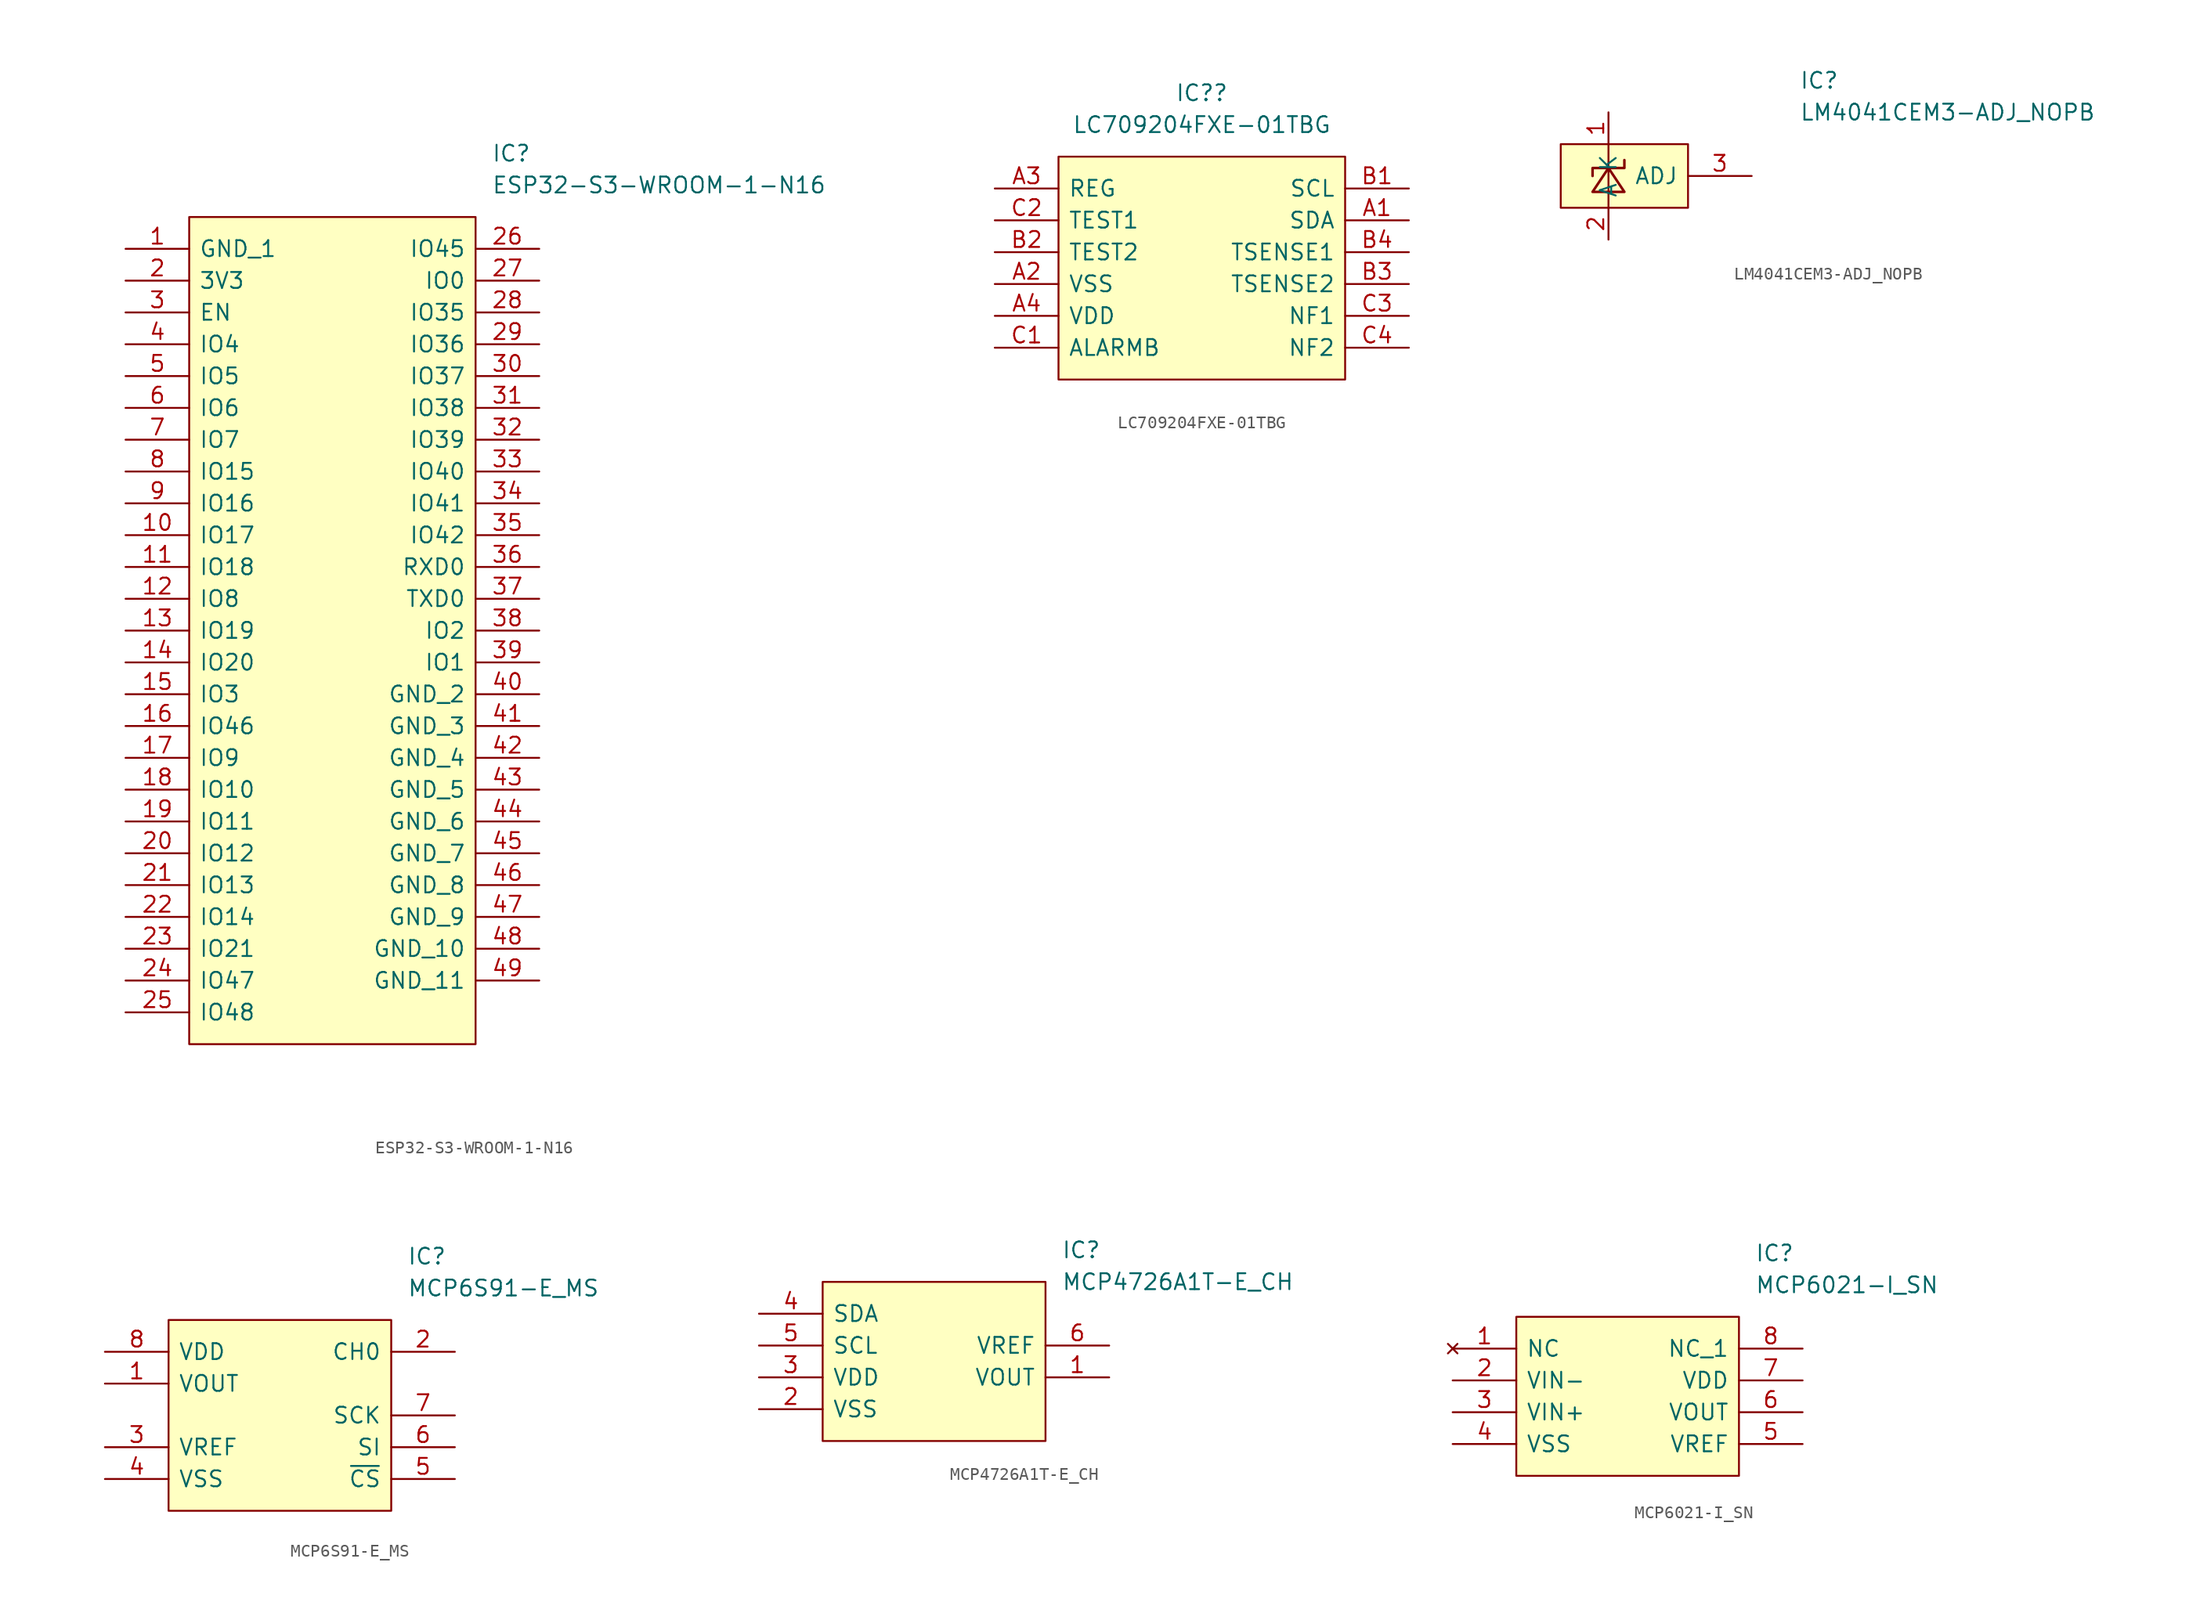
<source format=kicad_sym>
(kicad_symbol_lib
  (version 20211014)
  (generator kicad_symbol_editor)
  (symbol "ESP32-S3-WROOM-1-N16"
    (pin_names
      (offset 0.762))
    (property "Reference" "IC"
      (at 29.21 7.62 0)
      (effects (font (size 1.27 1.27)) (justify left)))
    (property "Value" "ESP32-S3-WROOM-1-N16"
      (at 29.21 5.08 0)
      (effects (font (size 1.27 1.27)) (justify left)))
    (symbol "ESP32-S3-WROOM-1-N16_0_0"
      (pin passive line (at 0 0 0) (length 5.08) (name "GND_1" (effects (font (size 1.27 1.27)))) (number "1" (effects (font (size 1.27 1.27)))))
      (pin passive line (at 0 -22.86 0) (length 5.08) (name "IO17" (effects (font (size 1.27 1.27)))) (number "10" (effects (font (size 1.27 1.27)))))
      (pin passive line (at 0 -25.4 0) (length 5.08) (name "IO18" (effects (font (size 1.27 1.27)))) (number "11" (effects (font (size 1.27 1.27)))))
      (pin passive line (at 0 -27.94 0) (length 5.08) (name "IO8" (effects (font (size 1.27 1.27)))) (number "12" (effects (font (size 1.27 1.27)))))
      (pin passive line (at 0 -30.48 0) (length 5.08) (name "IO19" (effects (font (size 1.27 1.27)))) (number "13" (effects (font (size 1.27 1.27)))))
      (pin passive line (at 0 -33.02 0) (length 5.08) (name "IO20" (effects (font (size 1.27 1.27)))) (number "14" (effects (font (size 1.27 1.27)))))
      (pin passive line (at 0 -35.56 0) (length 5.08) (name "IO3" (effects (font (size 1.27 1.27)))) (number "15" (effects (font (size 1.27 1.27)))))
      (pin passive line (at 0 -38.1 0) (length 5.08) (name "IO46" (effects (font (size 1.27 1.27)))) (number "16" (effects (font (size 1.27 1.27)))))
      (pin passive line (at 0 -40.64 0) (length 5.08) (name "IO9" (effects (font (size 1.27 1.27)))) (number "17" (effects (font (size 1.27 1.27)))))
      (pin passive line (at 0 -43.18 0) (length 5.08) (name "IO10" (effects (font (size 1.27 1.27)))) (number "18" (effects (font (size 1.27 1.27)))))
      (pin passive line (at 0 -45.72 0) (length 5.08) (name "IO11" (effects (font (size 1.27 1.27)))) (number "19" (effects (font (size 1.27 1.27)))))
      (pin passive line (at 0 -2.54 0) (length 5.08) (name "3V3" (effects (font (size 1.27 1.27)))) (number "2" (effects (font (size 1.27 1.27)))))
      (pin passive line (at 0 -48.26 0) (length 5.08) (name "IO12" (effects (font (size 1.27 1.27)))) (number "20" (effects (font (size 1.27 1.27)))))
      (pin passive line (at 0 -50.8 0) (length 5.08) (name "IO13" (effects (font (size 1.27 1.27)))) (number "21" (effects (font (size 1.27 1.27)))))
      (pin passive line (at 0 -53.34 0) (length 5.08) (name "IO14" (effects (font (size 1.27 1.27)))) (number "22" (effects (font (size 1.27 1.27)))))
      (pin passive line (at 0 -55.88 0) (length 5.08) (name "IO21" (effects (font (size 1.27 1.27)))) (number "23" (effects (font (size 1.27 1.27)))))
      (pin passive line (at 0 -58.42 0) (length 5.08) (name "IO47" (effects (font (size 1.27 1.27)))) (number "24" (effects (font (size 1.27 1.27)))))
      (pin passive line (at 0 -60.96 0) (length 5.08) (name "IO48" (effects (font (size 1.27 1.27)))) (number "25" (effects (font (size 1.27 1.27)))))
      (pin passive line (at 33.02 0 180) (length 5.08) (name "IO45" (effects (font (size 1.27 1.27)))) (number "26" (effects (font (size 1.27 1.27)))))
      (pin passive line (at 33.02 -2.54 180) (length 5.08) (name "IO0" (effects (font (size 1.27 1.27)))) (number "27" (effects (font (size 1.27 1.27)))))
      (pin passive line (at 33.02 -5.08 180) (length 5.08) (name "IO35" (effects (font (size 1.27 1.27)))) (number "28" (effects (font (size 1.27 1.27)))))
      (pin passive line (at 33.02 -7.62 180) (length 5.08) (name "IO36" (effects (font (size 1.27 1.27)))) (number "29" (effects (font (size 1.27 1.27)))))
      (pin passive line (at 0 -5.08 0) (length 5.08) (name "EN" (effects (font (size 1.27 1.27)))) (number "3" (effects (font (size 1.27 1.27)))))
      (pin passive line (at 33.02 -10.16 180) (length 5.08) (name "IO37" (effects (font (size 1.27 1.27)))) (number "30" (effects (font (size 1.27 1.27)))))
      (pin passive line (at 33.02 -12.7 180) (length 5.08) (name "IO38" (effects (font (size 1.27 1.27)))) (number "31" (effects (font (size 1.27 1.27)))))
      (pin passive line (at 33.02 -15.24 180) (length 5.08) (name "IO39" (effects (font (size 1.27 1.27)))) (number "32" (effects (font (size 1.27 1.27)))))
      (pin passive line (at 33.02 -17.78 180) (length 5.08) (name "IO40" (effects (font (size 1.27 1.27)))) (number "33" (effects (font (size 1.27 1.27)))))
      (pin passive line (at 33.02 -20.32 180) (length 5.08) (name "IO41" (effects (font (size 1.27 1.27)))) (number "34" (effects (font (size 1.27 1.27)))))
      (pin passive line (at 33.02 -22.86 180) (length 5.08) (name "IO42" (effects (font (size 1.27 1.27)))) (number "35" (effects (font (size 1.27 1.27)))))
      (pin passive line (at 33.02 -25.4 180) (length 5.08) (name "RXD0" (effects (font (size 1.27 1.27)))) (number "36" (effects (font (size 1.27 1.27)))))
      (pin passive line (at 33.02 -27.94 180) (length 5.08) (name "TXD0" (effects (font (size 1.27 1.27)))) (number "37" (effects (font (size 1.27 1.27)))))
      (pin passive line (at 33.02 -30.48 180) (length 5.08) (name "IO2" (effects (font (size 1.27 1.27)))) (number "38" (effects (font (size 1.27 1.27)))))
      (pin passive line (at 33.02 -33.02 180) (length 5.08) (name "IO1" (effects (font (size 1.27 1.27)))) (number "39" (effects (font (size 1.27 1.27)))))
      (pin passive line (at 0 -7.62 0) (length 5.08) (name "IO4" (effects (font (size 1.27 1.27)))) (number "4" (effects (font (size 1.27 1.27)))))
      (pin passive line (at 33.02 -35.56 180) (length 5.08) (name "GND_2" (effects (font (size 1.27 1.27)))) (number "40" (effects (font (size 1.27 1.27)))))
      (pin passive line (at 33.02 -38.1 180) (length 5.08) (name "GND_3" (effects (font (size 1.27 1.27)))) (number "41" (effects (font (size 1.27 1.27)))))
      (pin passive line (at 33.02 -40.64 180) (length 5.08) (name "GND_4" (effects (font (size 1.27 1.27)))) (number "42" (effects (font (size 1.27 1.27)))))
      (pin passive line (at 33.02 -43.18 180) (length 5.08) (name "GND_5" (effects (font (size 1.27 1.27)))) (number "43" (effects (font (size 1.27 1.27)))))
      (pin passive line (at 33.02 -45.72 180) (length 5.08) (name "GND_6" (effects (font (size 1.27 1.27)))) (number "44" (effects (font (size 1.27 1.27)))))
      (pin passive line (at 33.02 -48.26 180) (length 5.08) (name "GND_7" (effects (font (size 1.27 1.27)))) (number "45" (effects (font (size 1.27 1.27)))))
      (pin passive line (at 33.02 -50.8 180) (length 5.08) (name "GND_8" (effects (font (size 1.27 1.27)))) (number "46" (effects (font (size 1.27 1.27)))))
      (pin passive line (at 33.02 -53.34 180) (length 5.08) (name "GND_9" (effects (font (size 1.27 1.27)))) (number "47" (effects (font (size 1.27 1.27)))))
      (pin passive line (at 33.02 -55.88 180) (length 5.08) (name "GND_10" (effects (font (size 1.27 1.27)))) (number "48" (effects (font (size 1.27 1.27)))))
      (pin passive line (at 33.02 -58.42 180) (length 5.08) (name "GND_11" (effects (font (size 1.27 1.27)))) (number "49" (effects (font (size 1.27 1.27)))))
      (pin passive line (at 0 -10.16 0) (length 5.08) (name "IO5" (effects (font (size 1.27 1.27)))) (number "5" (effects (font (size 1.27 1.27)))))
      (pin passive line (at 0 -12.7 0) (length 5.08) (name "IO6" (effects (font (size 1.27 1.27)))) (number "6" (effects (font (size 1.27 1.27)))))
      (pin passive line (at 0 -15.24 0) (length 5.08) (name "IO7" (effects (font (size 1.27 1.27)))) (number "7" (effects (font (size 1.27 1.27)))))
      (pin passive line (at 0 -17.78 0) (length 5.08) (name "IO15" (effects (font (size 1.27 1.27)))) (number "8" (effects (font (size 1.27 1.27)))))
      (pin passive line (at 0 -20.32 0) (length 5.08) (name "IO16" (effects (font (size 1.27 1.27)))) (number "9" (effects (font (size 1.27 1.27))))))
    (symbol "ESP32-S3-WROOM-1-N16_0_1"
      (polyline (pts (xy 5.08 2.54) (xy 27.94 2.54) (xy 27.94 -63.5) (xy 5.08 -63.5) (xy 5.08 2.54)) (stroke (width 0.152) (type default) (color 0 0 0 0)) (fill (type background)))))
  (symbol "LC709204FXE-01TBG"
    (pin_names
      (offset 0.762))
    (property "Reference" "IC?"
      (at 16.51 7.62 0)
      (effects (font (size 1.27 1.27))))
    (property "Value" "LC709204FXE-01TBG"
      (at 16.51 5.08 0)
      (effects (font (size 1.27 1.27))))
    (symbol "LC709204FXE-01TBG_0_0"
      (pin passive line (at 33.02 -2.54 180) (length 5.08) (name "SDA" (effects (font (size 1.27 1.27)))) (number "A1" (effects (font (size 1.27 1.27)))))
      (pin passive line (at 0 -7.62 0) (length 5.08) (name "VSS" (effects (font (size 1.27 1.27)))) (number "A2" (effects (font (size 1.27 1.27)))))
      (pin passive line (at 0 0 0) (length 5.08) (name "REG" (effects (font (size 1.27 1.27)))) (number "A3" (effects (font (size 1.27 1.27)))))
      (pin passive line (at 0 -10.16 0) (length 5.08) (name "VDD" (effects (font (size 1.27 1.27)))) (number "A4" (effects (font (size 1.27 1.27)))))
      (pin passive line (at 33.02 0 180) (length 5.08) (name "SCL" (effects (font (size 1.27 1.27)))) (number "B1" (effects (font (size 1.27 1.27)))))
      (pin passive line (at 0 -5.08 0) (length 5.08) (name "TEST2" (effects (font (size 1.27 1.27)))) (number "B2" (effects (font (size 1.27 1.27)))))
      (pin passive line (at 33.02 -7.62 180) (length 5.08) (name "TSENSE2" (effects (font (size 1.27 1.27)))) (number "B3" (effects (font (size 1.27 1.27)))))
      (pin passive line (at 33.02 -5.08 180) (length 5.08) (name "TSENSE1" (effects (font (size 1.27 1.27)))) (number "B4" (effects (font (size 1.27 1.27)))))
      (pin passive line (at 0 -12.7 0) (length 5.08) (name "ALARMB" (effects (font (size 1.27 1.27)))) (number "C1" (effects (font (size 1.27 1.27)))))
      (pin passive line (at 0 -2.54 0) (length 5.08) (name "TEST1" (effects (font (size 1.27 1.27)))) (number "C2" (effects (font (size 1.27 1.27)))))
      (pin passive line (at 33.02 -10.16 180) (length 5.08) (name "NF1" (effects (font (size 1.27 1.27)))) (number "C3" (effects (font (size 1.27 1.27)))))
      (pin passive line (at 33.02 -12.7 180) (length 5.08) (name "NF2" (effects (font (size 1.27 1.27)))) (number "C4" (effects (font (size 1.27 1.27))))))
    (symbol "LC709204FXE-01TBG_0_1"
      (polyline (pts (xy 5.08 2.54) (xy 27.94 2.54) (xy 27.94 -15.24) (xy 5.08 -15.24) (xy 5.08 2.54)) (stroke (width 0.152) (type default) (color 0 0 0 0)) (fill (type background)))))
  (symbol "LM4041CEM3-ADJ_NOPB"
    (pin_names
      (offset 0.762))
    (property "Reference" "IC"
      (at 26.67 7.62 0)
      (effects (font (size 1.27 1.27)) (justify left)))
    (property "Value" "LM4041CEM3-ADJ_NOPB"
      (at 26.67 5.08 0)
      (effects (font (size 1.27 1.27)) (justify left)))
    (symbol "LM4041CEM3-ADJ_NOPB_0_0"
      (pin passive line (at 22.86 0 180) (length 5.08) (name "ADJ" (effects (font (size 1.27 1.27)))) (number "3" (effects (font (size 1.27 1.27))))))
    (symbol "LM4041CEM3-ADJ_NOPB_0_1"
      (polyline (pts (xy 11.43 -2.54) (xy 11.43 1.27) (xy 11.43 2.54)) (stroke (width 0) (type default) (color 0 0 0 0)) (fill (type none)))
      (polyline (pts (xy 12.7 -1.27) (xy 11.43 0.635) (xy 10.16 -1.27) (xy 12.7 -1.27)) (stroke (width 0.203) (type default) (color 0 0 0 0)) (fill (type none)))
      (polyline (pts (xy 12.7 1.27) (xy 12.7 0.635) (xy 10.16 0.635) (xy 10.16 0)) (stroke (width 0.203) (type default) (color 0 0 0 0)) (fill (type none)))
      (polyline (pts (xy 7.62 2.54) (xy 17.78 2.54) (xy 17.78 -2.54) (xy 7.62 -2.54) (xy 7.62 2.54)) (stroke (width 0.152) (type default) (color 0 0 0 0)) (fill (type background))))
    (symbol "LM4041CEM3-ADJ_NOPB_1_1"
      (pin passive line (at 11.43 5.08 270) (length 2.54) (name "K" (effects (font (size 1.27 1.27)))) (number "1" (effects (font (size 1.27 1.27)))))
      (pin passive line (at 11.43 -5.08 90) (length 2.54) (name "A" (effects (font (size 1.27 1.27)))) (number "2" (effects (font (size 1.27 1.27)))))))
  (symbol "MCP6S91-E_MS"
    (pin_names
      (offset 0.762))
    (property "Reference" "IC"
      (at 24.13 7.62 0)
      (effects (font (size 1.27 1.27)) (justify left)))
    (property "Value" "MCP6S91-E_MS"
      (at 24.13 5.08 0)
      (effects (font (size 1.27 1.27)) (justify left)))
    (symbol "MCP6S91-E_MS_0_0"
      (pin passive line (at 0 -2.54 0) (length 5.08) (name "VOUT" (effects (font (size 1.27 1.27)))) (number "1" (effects (font (size 1.27 1.27)))))
      (pin passive line (at 27.94 0 180) (length 5.08) (name "CH0" (effects (font (size 1.27 1.27)))) (number "2" (effects (font (size 1.27 1.27)))))
      (pin passive line (at 0 -7.62 0) (length 5.08) (name "VREF" (effects (font (size 1.27 1.27)))) (number "3" (effects (font (size 1.27 1.27)))))
      (pin passive line (at 0 -10.16 0) (length 5.08) (name "VSS" (effects (font (size 1.27 1.27)))) (number "4" (effects (font (size 1.27 1.27)))))
      (pin passive line (at 27.94 -10.16 180) (length 5.08) (name "~{CS}" (effects (font (size 1.27 1.27)))) (number "5" (effects (font (size 1.27 1.27)))))
      (pin passive line (at 27.94 -7.62 180) (length 5.08) (name "SI" (effects (font (size 1.27 1.27)))) (number "6" (effects (font (size 1.27 1.27)))))
      (pin passive line (at 27.94 -5.08 180) (length 5.08) (name "SCK" (effects (font (size 1.27 1.27)))) (number "7" (effects (font (size 1.27 1.27)))))
      (pin passive line (at 0 0 0) (length 5.08) (name "VDD" (effects (font (size 1.27 1.27)))) (number "8" (effects (font (size 1.27 1.27))))))
    (symbol "MCP6S91-E_MS_0_1"
      (polyline (pts (xy 5.08 2.54) (xy 22.86 2.54) (xy 22.86 -12.7) (xy 5.08 -12.7) (xy 5.08 2.54)) (stroke (width 0.152) (type default) (color 0 0 0 0)) (fill (type background)))))
  (symbol "MCP4726A1T-E_CH"
    (pin_names
      (offset 0.762))
    (property "Reference" "IC"
      (at 24.13 7.62 0)
      (effects (font (size 1.27 1.27)) (justify left)))
    (property "Value" "MCP4726A1T-E_CH"
      (at 24.13 5.08 0)
      (effects (font (size 1.27 1.27)) (justify left)))
    (symbol "MCP4726A1T-E_CH_0_0"
      (pin passive line (at 27.94 -2.54 180) (length 5.08) (name "VOUT" (effects (font (size 1.27 1.27)))) (number "1" (effects (font (size 1.27 1.27)))))
      (pin passive line (at 0 -5.08 0) (length 5.08) (name "VSS" (effects (font (size 1.27 1.27)))) (number "2" (effects (font (size 1.27 1.27)))))
      (pin passive line (at 0 -2.54 0) (length 5.08) (name "VDD" (effects (font (size 1.27 1.27)))) (number "3" (effects (font (size 1.27 1.27)))))
      (pin passive line (at 0 2.54 0) (length 5.08) (name "SDA" (effects (font (size 1.27 1.27)))) (number "4" (effects (font (size 1.27 1.27)))))
      (pin passive line (at 0 0 0) (length 5.08) (name "SCL" (effects (font (size 1.27 1.27)))) (number "5" (effects (font (size 1.27 1.27)))))
      (pin passive line (at 27.94 0 180) (length 5.08) (name "VREF" (effects (font (size 1.27 1.27)))) (number "6" (effects (font (size 1.27 1.27))))))
    (symbol "MCP4726A1T-E_CH_0_1"
      (polyline (pts (xy 5.08 5.08) (xy 22.86 5.08) (xy 22.86 -7.62) (xy 5.08 -7.62) (xy 5.08 5.08)) (stroke (width 0.152) (type default) (color 0 0 0 0)) (fill (type background)))))
  (symbol "MCP6021-I_SN"
    (pin_names
      (offset 0.762))
    (property "Reference" "IC"
      (at 24.13 7.62 0)
      (effects (font (size 1.27 1.27)) (justify left)))
    (property "Value" "MCP6021-I_SN"
      (at 24.13 5.08 0)
      (effects (font (size 1.27 1.27)) (justify left)))
    (symbol "MCP6021-I_SN_0_0"
      (pin no_connect line (at 0 0 0) (length 5.08) (name "NC" (effects (font (size 1.27 1.27)))) (number "1" (effects (font (size 1.27 1.27)))))
      (pin passive line (at 0 -2.54 0) (length 5.08) (name "VIN-" (effects (font (size 1.27 1.27)))) (number "2" (effects (font (size 1.27 1.27)))))
      (pin passive line (at 0 -5.08 0) (length 5.08) (name "VIN+" (effects (font (size 1.27 1.27)))) (number "3" (effects (font (size 1.27 1.27)))))
      (pin passive line (at 0 -7.62 0) (length 5.08) (name "VSS" (effects (font (size 1.27 1.27)))) (number "4" (effects (font (size 1.27 1.27)))))
      (pin passive line (at 27.94 -7.62 180) (length 5.08) (name "VREF" (effects (font (size 1.27 1.27)))) (number "5" (effects (font (size 1.27 1.27)))))
      (pin passive line (at 27.94 -5.08 180) (length 5.08) (name "VOUT" (effects (font (size 1.27 1.27)))) (number "6" (effects (font (size 1.27 1.27)))))
      (pin passive line (at 27.94 -2.54 180) (length 5.08) (name "VDD" (effects (font (size 1.27 1.27)))) (number "7" (effects (font (size 1.27 1.27)))))
      (pin passive line (at 27.94 0 180) (length 5.08) (name "NC_1" (effects (font (size 1.27 1.27)))) (number "8" (effects (font (size 1.27 1.27))))))
    (symbol "MCP6021-I_SN_0_1"
      (polyline (pts (xy 5.08 2.54) (xy 22.86 2.54) (xy 22.86 -10.16) (xy 5.08 -10.16) (xy 5.08 2.54)) (stroke (width 0.152) (type default) (color 0 0 0 0)) (fill (type background))))))
</source>
